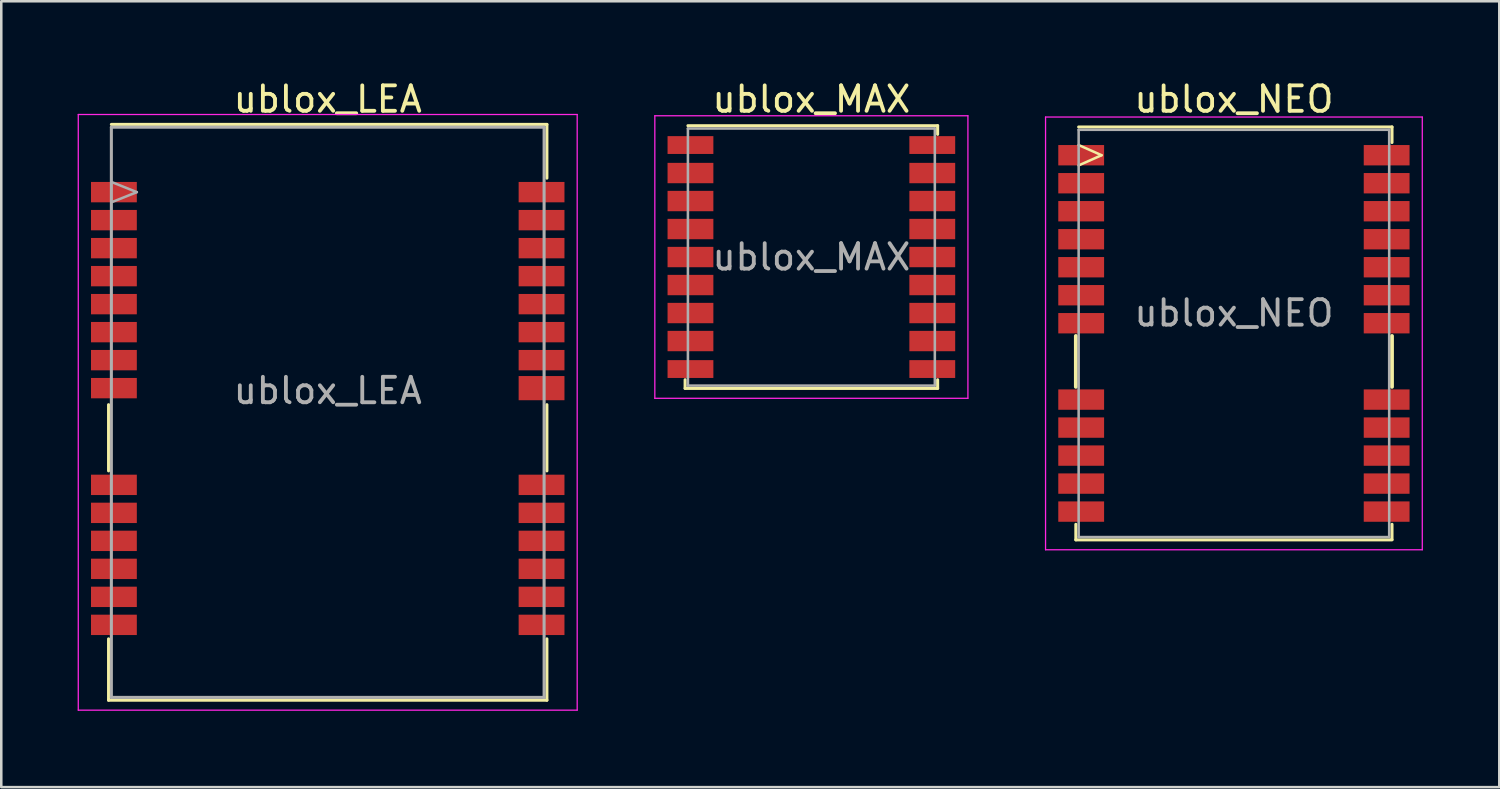
<source format=kicad_pcb>
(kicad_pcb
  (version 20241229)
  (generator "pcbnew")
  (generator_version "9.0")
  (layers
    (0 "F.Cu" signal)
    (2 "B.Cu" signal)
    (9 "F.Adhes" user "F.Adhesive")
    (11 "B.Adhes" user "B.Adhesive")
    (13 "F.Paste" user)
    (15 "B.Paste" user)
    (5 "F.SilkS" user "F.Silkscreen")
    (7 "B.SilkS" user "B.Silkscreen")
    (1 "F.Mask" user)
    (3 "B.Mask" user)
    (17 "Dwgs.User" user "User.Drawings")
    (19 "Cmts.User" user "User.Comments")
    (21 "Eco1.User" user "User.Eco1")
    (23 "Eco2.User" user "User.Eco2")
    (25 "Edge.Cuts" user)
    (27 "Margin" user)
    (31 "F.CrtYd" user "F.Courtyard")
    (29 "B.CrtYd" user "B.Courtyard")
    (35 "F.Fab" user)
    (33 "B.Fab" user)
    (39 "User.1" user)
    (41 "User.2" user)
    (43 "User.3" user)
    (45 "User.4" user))
  (footprint "ublox_NEO"
    (layer "F.Cu")
    (at 45.425 10.048)
    (property "Reference" "ublox_NEO" (at 0 -9.2 0) (layer "F.SilkS") (effects (font (size 1 1) (thickness 0.15))))
    (attr smd)
    (fp_line (start -6.21 0.1) (end -6.21 2.1) (stroke (width 0.15) (type solid)) (layer "F.SilkS"))
    (fp_line (start -6.21 7.5) (end -6.21 8.11) (stroke (width 0.12) (type solid)) (layer "F.SilkS"))
    (fp_line (start -6.21 8.11) (end 6.21 8.11) (stroke (width 0.12) (type solid)) (layer "F.SilkS"))
    (fp_line (start -6.1 -8.11) (end 6.21 -8.11) (stroke (width 0.12) (type solid)) (layer "F.SilkS"))
    (fp_line (start -6.1 -7.4) (end -5.2 -7) (stroke (width 0.1) (type solid)) (layer "F.SilkS"))
    (fp_line (start -6.1 -6.6) (end -5.2 -7) (stroke (width 0.1) (type solid)) (layer "F.SilkS"))
    (fp_line (start 6.21 -8.11) (end 6.21 -7.5) (stroke (width 0.12) (type solid)) (layer "F.SilkS"))
    (fp_line (start 6.21 0.1) (end 6.21 2.1) (stroke (width 0.15) (type solid)) (layer "F.SilkS"))
    (fp_line (start 6.21 7.5) (end 6.21 8.1) (stroke (width 0.12) (type solid)) (layer "F.SilkS"))
    (fp_line (start -7.4 -8.5) (end -7.4 8.5) (stroke (width 0.05) (type solid)) (layer "F.CrtYd"))
    (fp_line (start -7.4 -8.5) (end 7.4 -8.5) (stroke (width 0.05) (type solid)) (layer "F.CrtYd"))
    (fp_line (start -7.4 8.5) (end 7.4 8.5) (stroke (width 0.05) (type solid)) (layer "F.CrtYd"))
    (fp_line (start 7.4 -8.5) (end 7.4 8.5) (stroke (width 0.05) (type solid)) (layer "F.CrtYd"))
    (fp_line (start -6.1 -8) (end -6.1 8) (stroke (width 0.1) (type solid)) (layer "F.Fab"))
    (fp_line (start -6.1 -8) (end 6.1 -8) (stroke (width 0.1) (type solid)) (layer "F.Fab"))
    (fp_line (start -6.1 8) (end 6.1 8) (stroke (width 0.1) (type solid)) (layer "F.Fab"))
    (fp_line (start 6.1 -8) (end 6.1 8) (stroke (width 0.1) (type solid)) (layer "F.Fab"))
    (fp_text user "${REFERENCE}" (at 0 -0.8 0) (layer "F.Fab") (effects (font (size 1 1) (thickness 0.15))))
    (pad "1" smd rect (at -6 -7) (size 1.8 0.8) (layers "F.Cu" "F.Mask" "F.Paste"))
    (pad "2" smd rect (at -6 -5.9) (size 1.8 0.8) (layers "F.Cu" "F.Mask" "F.Paste"))
    (pad "3" smd rect (at -6 -4.8) (size 1.8 0.8) (layers "F.Cu" "F.Mask" "F.Paste"))
    (pad "4" smd rect (at -6 -3.7) (size 1.8 0.8) (layers "F.Cu" "F.Mask" "F.Paste"))
    (pad "5" smd rect (at -6 -2.6) (size 1.8 0.8) (layers "F.Cu" "F.Mask" "F.Paste"))
    (pad "6" smd rect (at -6 -1.5) (size 1.8 0.8) (layers "F.Cu" "F.Mask" "F.Paste"))
    (pad "7" smd rect (at -6 -0.4) (size 1.8 0.8) (layers "F.Cu" "F.Mask" "F.Paste"))
    (pad "8" smd rect (at -6 2.6) (size 1.8 0.8) (layers "F.Cu" "F.Mask" "F.Paste"))
    (pad "9" smd rect (at -6 3.7) (size 1.8 0.8) (layers "F.Cu" "F.Mask" "F.Paste"))
    (pad "10" smd rect (at -6 4.8) (size 1.8 0.8) (layers "F.Cu" "F.Mask" "F.Paste"))
    (pad "11" smd rect (at -6 5.9) (size 1.8 0.8) (layers "F.Cu" "F.Mask" "F.Paste"))
    (pad "12" smd rect (at -6 7) (size 1.8 0.8) (layers "F.Cu" "F.Mask" "F.Paste"))
    (pad "13" smd rect (at 6 7) (size 1.8 0.8) (layers "F.Cu" "F.Mask" "F.Paste"))
    (pad "14" smd rect (at 6 5.9) (size 1.8 0.8) (layers "F.Cu" "F.Mask" "F.Paste"))
    (pad "15" smd rect (at 6 4.8) (size 1.8 0.8) (layers "F.Cu" "F.Mask" "F.Paste"))
    (pad "16" smd rect (at 6 3.7) (size 1.8 0.8) (layers "F.Cu" "F.Mask" "F.Paste"))
    (pad "17" smd rect (at 6 2.6) (size 1.8 0.8) (layers "F.Cu" "F.Mask" "F.Paste"))
    (pad "18" smd rect (at 6 -0.4) (size 1.8 0.8) (layers "F.Cu" "F.Mask" "F.Paste"))
    (pad "19" smd rect (at 6 -1.5) (size 1.8 0.8) (layers "F.Cu" "F.Mask" "F.Paste"))
    (pad "20" smd rect (at 6 -2.6) (size 1.8 0.8) (layers "F.Cu" "F.Mask" "F.Paste"))
    (pad "21" smd rect (at 6 -3.7) (size 1.8 0.8) (layers "F.Cu" "F.Mask" "F.Paste"))
    (pad "22" smd rect (at 6 -4.8) (size 1.8 0.8) (layers "F.Cu" "F.Mask" "F.Paste"))
    (pad "23" connect rect (at 6 -5.9) (size 1.8 0.8) (layers "F.Cu" "F.Mask"))
    (pad "24" smd rect (at 6 -7) (size 1.8 0.8) (layers "F.Cu" "F.Mask" "F.Paste")))
  (footprint "ublox_MAX"
    (layer "F.Cu")
    (at 28.825 7.048)
    (property "Reference" "ublox_MAX" (at 0 -6.2 0) (layer "F.SilkS") (effects (font (size 1 1) (thickness 0.15))))
    (attr smd)
    (fp_line (start -4.96 4.82) (end -4.96 5.16) (stroke (width 0.12) (type solid)) (layer "F.SilkS"))
    (fp_line (start -4.96 5.16) (end 4.96 5.16) (stroke (width 0.12) (type solid)) (layer "F.SilkS"))
    (fp_line (start -4.85 -5.16) (end 4.96 -5.16) (stroke (width 0.12) (type solid)) (layer "F.SilkS"))
    (fp_line (start 4.96 -5.16) (end 4.96 -4.82) (stroke (width 0.12) (type solid)) (layer "F.SilkS"))
    (fp_line (start 4.96 4.82) (end 4.96 5.16) (stroke (width 0.12) (type solid)) (layer "F.SilkS"))
    (fp_line (start -6.15 -5.55) (end -6.15 5.55) (stroke (width 0.05) (type solid)) (layer "F.CrtYd"))
    (fp_line (start -6.15 -5.55) (end 6.15 -5.55) (stroke (width 0.05) (type solid)) (layer "F.CrtYd"))
    (fp_line (start -6.15 5.55) (end 6.15 5.55) (stroke (width 0.05) (type solid)) (layer "F.CrtYd"))
    (fp_line (start 6.15 -5.55) (end 6.15 5.55) (stroke (width 0.05) (type solid)) (layer "F.CrtYd"))
    (fp_line (start -4.85 -5.05) (end -4.85 5.05) (stroke (width 0.1) (type solid)) (layer "F.Fab"))
    (fp_line (start -4.85 -5.05) (end 4.85 -5.05) (stroke (width 0.1) (type solid)) (layer "F.Fab"))
    (fp_line (start -4.85 5.05) (end 4.85 5.05) (stroke (width 0.1) (type solid)) (layer "F.Fab"))
    (fp_line (start 4.85 -5.05) (end 4.85 5.05) (stroke (width 0.1) (type solid)) (layer "F.Fab"))
    (fp_text user "${REFERENCE}" (at 0 0 0) (layer "F.Fab") (effects (font (size 1 1) (thickness 0.15))))
    (pad "1" smd rect (at -4.75 -4.4) (size 1.8 0.7) (layers "F.Cu" "F.Mask" "F.Paste"))
    (pad "2" smd rect (at -4.75 -3.3) (size 1.8 0.8) (layers "F.Cu" "F.Mask" "F.Paste"))
    (pad "3" smd rect (at -4.75 -2.2) (size 1.8 0.8) (layers "F.Cu" "F.Mask" "F.Paste"))
    (pad "4" smd rect (at -4.75 -1.1) (size 1.8 0.8) (layers "F.Cu" "F.Mask" "F.Paste"))
    (pad "5" smd rect (at -4.75 0) (size 1.8 0.8) (layers "F.Cu" "F.Mask" "F.Paste"))
    (pad "6" smd rect (at -4.75 1.1) (size 1.8 0.8) (layers "F.Cu" "F.Mask" "F.Paste"))
    (pad "7" smd rect (at -4.75 2.2) (size 1.8 0.8) (layers "F.Cu" "F.Mask" "F.Paste"))
    (pad "8" smd rect (at -4.75 3.3) (size 1.8 0.8) (layers "F.Cu" "F.Mask" "F.Paste"))
    (pad "9" smd rect (at -4.75 4.4) (size 1.8 0.7) (layers "F.Cu" "F.Mask" "F.Paste"))
    (pad "10" smd rect (at 4.75 4.4) (size 1.8 0.7) (layers "F.Cu" "F.Mask" "F.Paste"))
    (pad "11" smd rect (at 4.75 3.3) (size 1.8 0.8) (layers "F.Cu" "F.Mask" "F.Paste"))
    (pad "12" smd rect (at 4.75 2.2) (size 1.8 0.8) (layers "F.Cu" "F.Mask" "F.Paste"))
    (pad "13" smd rect (at 4.75 1.1) (size 1.8 0.8) (layers "F.Cu" "F.Mask" "F.Paste"))
    (pad "14" smd rect (at 4.75 0) (size 1.8 0.8) (layers "F.Cu" "F.Mask" "F.Paste"))
    (pad "15" smd rect (at 4.75 -1.1) (size 1.8 0.8) (layers "F.Cu" "F.Mask" "F.Paste"))
    (pad "16" smd rect (at 4.75 -2.2) (size 1.8 0.8) (layers "F.Cu" "F.Mask" "F.Paste"))
    (pad "17" smd rect (at 4.75 -3.3) (size 1.8 0.8) (layers "F.Cu" "F.Mask" "F.Paste"))
    (pad "18" smd rect (at 4.75 -4.4) (size 1.8 0.7) (layers "F.Cu" "F.Mask" "F.Paste")))
  (footprint "ublox_LEA"
    (layer "F.Cu")
    (at 9.825 12.998)
    (property "Reference" "ublox_LEA" (at 0 -12.15 0) (layer "F.SilkS") (effects (font (size 1 1) (thickness 0.15))))
    (attr smd)
    (fp_line (start -8.61 -0.15) (end -8.61 2.45) (stroke (width 0.12) (type solid)) (layer "F.SilkS"))
    (fp_line (start -8.61 9.05) (end -8.61 11.46) (stroke (width 0.12) (type solid)) (layer "F.SilkS"))
    (fp_line (start -8.61 11.46) (end 8.61 11.46) (stroke (width 0.12) (type solid)) (layer "F.SilkS"))
    (fp_line (start -8.5 -11.16) (end 8.61 -11.16) (stroke (width 0.12) (type solid)) (layer "F.SilkS"))
    (fp_line (start 8.61 -11.16) (end 8.61 -9.05) (stroke (width 0.12) (type solid)) (layer "F.SilkS"))
    (fp_line (start 8.61 -0.15) (end 8.61 2.45) (stroke (width 0.12) (type solid)) (layer "F.SilkS"))
    (fp_line (start 8.61 9.05) (end 8.61 11.46) (stroke (width 0.12) (type solid)) (layer "F.SilkS"))
    (fp_line (start -9.8 -11.55) (end -9.8 11.85) (stroke (width 0.05) (type solid)) (layer "F.CrtYd"))
    (fp_line (start -9.8 -11.55) (end 9.8 -11.55) (stroke (width 0.05) (type solid)) (layer "F.CrtYd"))
    (fp_line (start -9.8 11.85) (end 9.8 11.85) (stroke (width 0.05) (type solid)) (layer "F.CrtYd"))
    (fp_line (start 9.8 -11.55) (end 9.8 11.85) (stroke (width 0.05) (type solid)) (layer "F.CrtYd"))
    (fp_line (start -8.5 -11.05) (end -8.5 11.35) (stroke (width 0.12) (type solid)) (layer "F.Fab"))
    (fp_line (start -8.5 -11.05) (end 8.5 -11.05) (stroke (width 0.12) (type solid)) (layer "F.Fab"))
    (fp_line (start -8.5 -8.9) (end -7.5 -8.5) (stroke (width 0.1) (type solid)) (layer "F.Fab"))
    (fp_line (start -8.5 11.35) (end 8.5 11.35) (stroke (width 0.12) (type solid)) (layer "F.Fab"))
    (fp_line (start -7.5 -8.5) (end -8.5 -8.1) (stroke (width 0.1) (type solid)) (layer "F.Fab"))
    (fp_line (start 8.5 -11.05) (end 8.5 11.35) (stroke (width 0.12) (type solid)) (layer "F.Fab"))
    (fp_text user "${REFERENCE}" (at 0 -0.7 0) (layer "F.Fab") (effects (font (size 1 1) (thickness 0.15))))
    (pad "1" smd rect (at -8.4 -8.5) (size 1.8 0.8) (layers "F.Cu" "F.Mask" "F.Paste"))
    (pad "2" smd rect (at -8.4 -7.4) (size 1.8 0.8) (layers "F.Cu" "F.Mask" "F.Paste"))
    (pad "3" smd rect (at -8.4 -6.3) (size 1.8 0.8) (layers "F.Cu" "F.Mask" "F.Paste"))
    (pad "4" smd rect (at -8.4 -5.2) (size 1.8 0.8) (layers "F.Cu" "F.Mask" "F.Paste"))
    (pad "5" smd rect (at -8.4 -4.1) (size 1.8 0.8) (layers "F.Cu" "F.Mask" "F.Paste"))
    (pad "6" smd rect (at -8.4 -3) (size 1.8 0.8) (layers "F.Cu" "F.Mask" "F.Paste"))
    (pad "7" smd rect (at -8.4 -1.9) (size 1.8 0.8) (layers "F.Cu" "F.Mask" "F.Paste"))
    (pad "8" smd rect (at -8.4 -0.8) (size 1.8 0.8) (layers "F.Cu" "F.Mask" "F.Paste"))
    (pad "9" smd rect (at -8.4 3) (size 1.8 0.8) (layers "F.Cu" "F.Mask" "F.Paste"))
    (pad "10" smd rect (at -8.4 4.1) (size 1.8 0.8) (layers "F.Cu" "F.Mask" "F.Paste"))
    (pad "11" smd rect (at -8.4 5.2) (size 1.8 0.8) (layers "F.Cu" "F.Mask" "F.Paste"))
    (pad "12" smd rect (at -8.4 6.3) (size 1.8 0.8) (layers "F.Cu" "F.Mask" "F.Paste"))
    (pad "13" smd rect (at -8.4 7.4) (size 1.8 0.8) (layers "F.Cu" "F.Mask" "F.Paste"))
    (pad "14" smd rect (at -8.4 8.5) (size 1.8 0.8) (layers "F.Cu" "F.Mask" "F.Paste"))
    (pad "15" smd rect (at 8.4 8.5) (size 1.8 0.8) (layers "F.Cu" "F.Mask" "F.Paste"))
    (pad "16" smd rect (at 8.4 7.4) (size 1.8 0.8) (layers "F.Cu" "F.Mask" "F.Paste"))
    (pad "17" smd rect (at 8.4 6.3) (size 1.8 0.8) (layers "F.Cu" "F.Mask" "F.Paste"))
    (pad "18" smd rect (at 8.4 5.2) (size 1.8 0.8) (layers "F.Cu" "F.Mask" "F.Paste"))
    (pad "19" smd rect (at 8.4 4.1) (size 1.8 0.8) (layers "F.Cu" "F.Mask" "F.Paste"))
    (pad "20" smd rect (at 8.4 3) (size 1.8 0.8) (layers "F.Cu" "F.Mask" "F.Paste"))
    (pad "21" smd rect (at 8.4 -0.8) (size 1.8 0.95) (layers "F.Cu" "F.Mask" "F.Paste"))
    (pad "22" smd rect (at 8.4 -1.9) (size 1.8 0.8) (layers "F.Cu" "F.Mask" "F.Paste"))
    (pad "23" smd rect (at 8.4 -3) (size 1.8 0.8) (layers "F.Cu" "F.Mask" "F.Paste"))
    (pad "24" smd rect (at 8.4 -4.1) (size 1.8 0.8) (layers "F.Cu" "F.Mask" "F.Paste"))
    (pad "25" smd rect (at 8.4 -5.2) (size 1.8 0.8) (layers "F.Cu" "F.Mask" "F.Paste"))
    (pad "26" smd rect (at 8.4 -6.3) (size 1.8 0.8) (layers "F.Cu" "F.Mask" "F.Paste"))
    (pad "27" smd rect (at 8.4 -7.4) (size 1.8 0.8) (layers "F.Cu" "F.Mask" "F.Paste"))
    (pad "28" smd rect (at 8.4 -8.5) (size 1.8 0.8) (layers "F.Cu" "F.Mask" "F.Paste")))
  (gr_rect
    (start -3 -3)
    (end 55.85 27.873)
    (stroke (width 0.1) (type default))
    (fill no)
    (layer "Edge.Cuts")))
</source>
